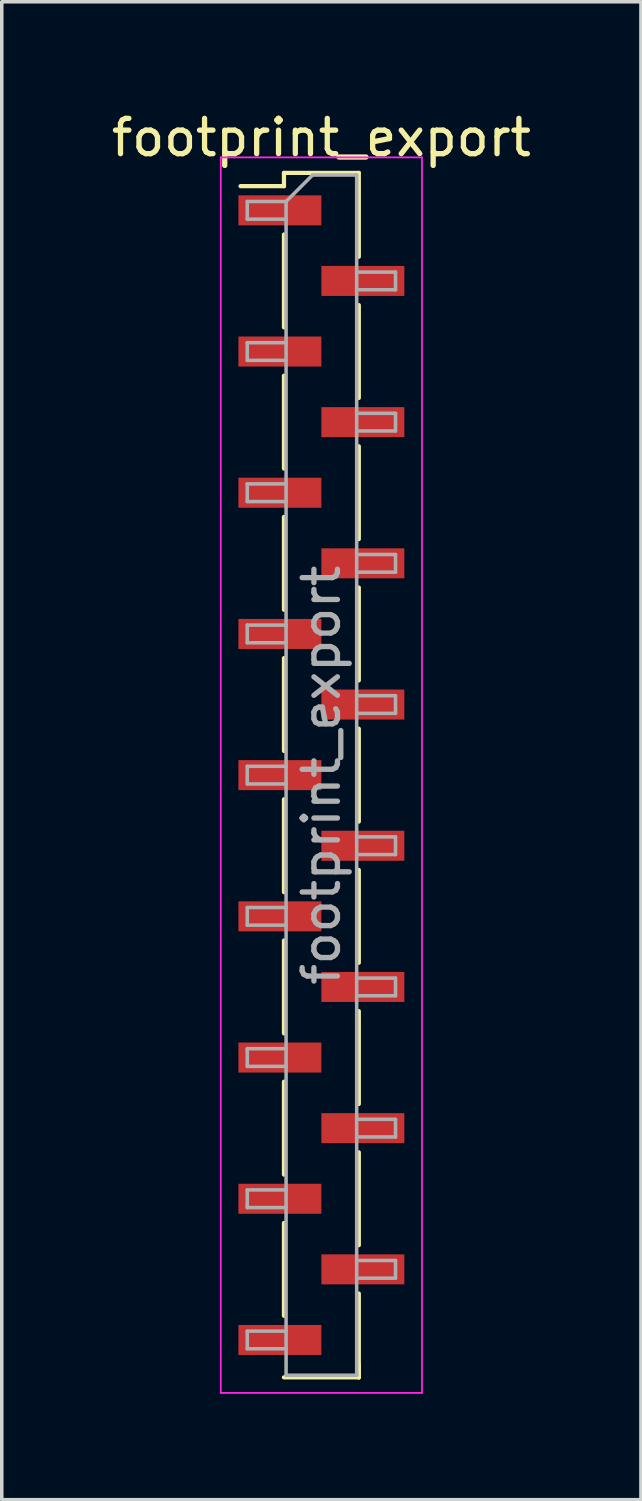
<source format=kicad_pcb>
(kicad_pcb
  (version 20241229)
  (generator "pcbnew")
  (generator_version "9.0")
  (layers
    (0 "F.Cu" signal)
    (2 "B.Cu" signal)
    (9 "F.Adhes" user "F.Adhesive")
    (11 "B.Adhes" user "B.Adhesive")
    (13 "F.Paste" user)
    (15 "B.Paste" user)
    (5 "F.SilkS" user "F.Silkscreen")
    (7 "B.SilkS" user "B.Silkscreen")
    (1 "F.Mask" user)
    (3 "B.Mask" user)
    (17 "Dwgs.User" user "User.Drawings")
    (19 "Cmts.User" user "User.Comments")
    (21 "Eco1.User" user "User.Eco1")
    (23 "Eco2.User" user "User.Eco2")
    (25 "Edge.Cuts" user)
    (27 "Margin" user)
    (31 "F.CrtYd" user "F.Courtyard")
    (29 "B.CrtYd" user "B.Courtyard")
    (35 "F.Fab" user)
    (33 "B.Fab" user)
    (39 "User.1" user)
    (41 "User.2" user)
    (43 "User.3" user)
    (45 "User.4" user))
  (footprint "footprint_export"
    (layer "F.Cu")
    (at 6.054 18.908)
    (property "Reference" "footprint_export" (at 0 -18.06 0) (layer "F.SilkS") (effects (font (size 1 1) (thickness 0.15))))
    (attr smd)
    (fp_line (start -1.06 -17.06) (end -1.06 -16.685) (stroke (width 0.12) (type solid)) (layer "F.SilkS"))
    (fp_line (start -1.06 -17.06) (end 1.06 -17.06) (stroke (width 0.12) (type solid)) (layer "F.SilkS"))
    (fp_line (start -1.06 -16.685) (end -2.29 -16.685) (stroke (width 0.12) (type solid)) (layer "F.SilkS"))
    (fp_line (start -1.06 -15.315) (end -1.06 -12.685) (stroke (width 0.12) (type solid)) (layer "F.SilkS"))
    (fp_line (start -1.06 -11.315) (end -1.06 -8.685) (stroke (width 0.12) (type solid)) (layer "F.SilkS"))
    (fp_line (start -1.06 -7.315) (end -1.06 -4.685) (stroke (width 0.12) (type solid)) (layer "F.SilkS"))
    (fp_line (start -1.06 -3.315) (end -1.06 -0.685) (stroke (width 0.12) (type solid)) (layer "F.SilkS"))
    (fp_line (start -1.06 0.685) (end -1.06 3.315) (stroke (width 0.12) (type solid)) (layer "F.SilkS"))
    (fp_line (start -1.06 4.685) (end -1.06 7.315) (stroke (width 0.12) (type solid)) (layer "F.SilkS"))
    (fp_line (start -1.06 8.685) (end -1.06 11.315) (stroke (width 0.12) (type solid)) (layer "F.SilkS"))
    (fp_line (start -1.06 12.685) (end -1.06 15.315) (stroke (width 0.12) (type solid)) (layer "F.SilkS"))
    (fp_line (start -1.06 17.06) (end 1.06 17.06) (stroke (width 0.12) (type solid)) (layer "F.SilkS"))
    (fp_line (start 1.06 -17.06) (end 1.06 -14.685) (stroke (width 0.12) (type solid)) (layer "F.SilkS"))
    (fp_line (start 1.06 -13.315) (end 1.06 -10.685) (stroke (width 0.12) (type solid)) (layer "F.SilkS"))
    (fp_line (start 1.06 -9.315) (end 1.06 -6.685) (stroke (width 0.12) (type solid)) (layer "F.SilkS"))
    (fp_line (start 1.06 -5.315) (end 1.06 -2.685) (stroke (width 0.12) (type solid)) (layer "F.SilkS"))
    (fp_line (start 1.06 -1.315) (end 1.06 1.315) (stroke (width 0.12) (type solid)) (layer "F.SilkS"))
    (fp_line (start 1.06 2.685) (end 1.06 5.315) (stroke (width 0.12) (type solid)) (layer "F.SilkS"))
    (fp_line (start 1.06 6.685) (end 1.06 9.315) (stroke (width 0.12) (type solid)) (layer "F.SilkS"))
    (fp_line (start 1.06 10.685) (end 1.06 13.315) (stroke (width 0.12) (type solid)) (layer "F.SilkS"))
    (fp_line (start 1.06 14.685) (end 1.06 17.06) (stroke (width 0.12) (type solid)) (layer "F.SilkS"))
    (fp_line (start 1.06 16.685) (end 1.06 17.06) (stroke (width 0.12) (type solid)) (layer "F.SilkS"))
    (fp_line (start -2.85 -17.5) (end -2.85 17.5) (stroke (width 0.05) (type solid)) (layer "F.CrtYd"))
    (fp_line (start -2.85 17.5) (end 2.85 17.5) (stroke (width 0.05) (type solid)) (layer "F.CrtYd"))
    (fp_line (start 2.85 -17.5) (end -2.85 -17.5) (stroke (width 0.05) (type solid)) (layer "F.CrtYd"))
    (fp_line (start 2.85 17.5) (end 2.85 -17.5) (stroke (width 0.05) (type solid)) (layer "F.CrtYd"))
    (fp_line (start -2.1 -16.25) (end -2.1 -15.75) (stroke (width 0.1) (type solid)) (layer "F.Fab"))
    (fp_line (start -2.1 -15.75) (end -1 -15.75) (stroke (width 0.1) (type solid)) (layer "F.Fab"))
    (fp_line (start -2.1 -12.25) (end -2.1 -11.75) (stroke (width 0.1) (type solid)) (layer "F.Fab"))
    (fp_line (start -2.1 -11.75) (end -1 -11.75) (stroke (width 0.1) (type solid)) (layer "F.Fab"))
    (fp_line (start -2.1 -8.25) (end -2.1 -7.75) (stroke (width 0.1) (type solid)) (layer "F.Fab"))
    (fp_line (start -2.1 -7.75) (end -1 -7.75) (stroke (width 0.1) (type solid)) (layer "F.Fab"))
    (fp_line (start -2.1 -4.25) (end -2.1 -3.75) (stroke (width 0.1) (type solid)) (layer "F.Fab"))
    (fp_line (start -2.1 -3.75) (end -1 -3.75) (stroke (width 0.1) (type solid)) (layer "F.Fab"))
    (fp_line (start -2.1 -0.25) (end -2.1 0.25) (stroke (width 0.1) (type solid)) (layer "F.Fab"))
    (fp_line (start -2.1 0.25) (end -1 0.25) (stroke (width 0.1) (type solid)) (layer "F.Fab"))
    (fp_line (start -2.1 3.75) (end -2.1 4.25) (stroke (width 0.1) (type solid)) (layer "F.Fab"))
    (fp_line (start -2.1 4.25) (end -1 4.25) (stroke (width 0.1) (type solid)) (layer "F.Fab"))
    (fp_line (start -2.1 7.75) (end -2.1 8.25) (stroke (width 0.1) (type solid)) (layer "F.Fab"))
    (fp_line (start -2.1 8.25) (end -1 8.25) (stroke (width 0.1) (type solid)) (layer "F.Fab"))
    (fp_line (start -2.1 11.75) (end -2.1 12.25) (stroke (width 0.1) (type solid)) (layer "F.Fab"))
    (fp_line (start -2.1 12.25) (end -1 12.25) (stroke (width 0.1) (type solid)) (layer "F.Fab"))
    (fp_line (start -2.1 15.75) (end -2.1 16.25) (stroke (width 0.1) (type solid)) (layer "F.Fab"))
    (fp_line (start -2.1 16.25) (end -1 16.25) (stroke (width 0.1) (type solid)) (layer "F.Fab"))
    (fp_line (start -1 -16.25) (end -2.1 -16.25) (stroke (width 0.1) (type solid)) (layer "F.Fab"))
    (fp_line (start -1 -16.25) (end -0.25 -17) (stroke (width 0.1) (type solid)) (layer "F.Fab"))
    (fp_line (start -1 -12.25) (end -2.1 -12.25) (stroke (width 0.1) (type solid)) (layer "F.Fab"))
    (fp_line (start -1 -8.25) (end -2.1 -8.25) (stroke (width 0.1) (type solid)) (layer "F.Fab"))
    (fp_line (start -1 -4.25) (end -2.1 -4.25) (stroke (width 0.1) (type solid)) (layer "F.Fab"))
    (fp_line (start -1 -0.25) (end -2.1 -0.25) (stroke (width 0.1) (type solid)) (layer "F.Fab"))
    (fp_line (start -1 3.75) (end -2.1 3.75) (stroke (width 0.1) (type solid)) (layer "F.Fab"))
    (fp_line (start -1 7.75) (end -2.1 7.75) (stroke (width 0.1) (type solid)) (layer "F.Fab"))
    (fp_line (start -1 11.75) (end -2.1 11.75) (stroke (width 0.1) (type solid)) (layer "F.Fab"))
    (fp_line (start -1 15.75) (end -2.1 15.75) (stroke (width 0.1) (type solid)) (layer "F.Fab"))
    (fp_line (start -1 17) (end -1 -16.25) (stroke (width 0.1) (type solid)) (layer "F.Fab"))
    (fp_line (start -0.25 -17) (end 1 -17) (stroke (width 0.1) (type solid)) (layer "F.Fab"))
    (fp_line (start 1 -17) (end 1 17) (stroke (width 0.1) (type solid)) (layer "F.Fab"))
    (fp_line (start 1 -14.25) (end 2.1 -14.25) (stroke (width 0.1) (type solid)) (layer "F.Fab"))
    (fp_line (start 1 -10.25) (end 2.1 -10.25) (stroke (width 0.1) (type solid)) (layer "F.Fab"))
    (fp_line (start 1 -6.25) (end 2.1 -6.25) (stroke (width 0.1) (type solid)) (layer "F.Fab"))
    (fp_line (start 1 -2.25) (end 2.1 -2.25) (stroke (width 0.1) (type solid)) (layer "F.Fab"))
    (fp_line (start 1 1.75) (end 2.1 1.75) (stroke (width 0.1) (type solid)) (layer "F.Fab"))
    (fp_line (start 1 5.75) (end 2.1 5.75) (stroke (width 0.1) (type solid)) (layer "F.Fab"))
    (fp_line (start 1 9.75) (end 2.1 9.75) (stroke (width 0.1) (type solid)) (layer "F.Fab"))
    (fp_line (start 1 13.75) (end 2.1 13.75) (stroke (width 0.1) (type solid)) (layer "F.Fab"))
    (fp_line (start 1 17) (end -1 17) (stroke (width 0.1) (type solid)) (layer "F.Fab"))
    (fp_line (start 2.1 -14.25) (end 2.1 -13.75) (stroke (width 0.1) (type solid)) (layer "F.Fab"))
    (fp_line (start 2.1 -13.75) (end 1 -13.75) (stroke (width 0.1) (type solid)) (layer "F.Fab"))
    (fp_line (start 2.1 -10.25) (end 2.1 -9.75) (stroke (width 0.1) (type solid)) (layer "F.Fab"))
    (fp_line (start 2.1 -9.75) (end 1 -9.75) (stroke (width 0.1) (type solid)) (layer "F.Fab"))
    (fp_line (start 2.1 -6.25) (end 2.1 -5.75) (stroke (width 0.1) (type solid)) (layer "F.Fab"))
    (fp_line (start 2.1 -5.75) (end 1 -5.75) (stroke (width 0.1) (type solid)) (layer "F.Fab"))
    (fp_line (start 2.1 -2.25) (end 2.1 -1.75) (stroke (width 0.1) (type solid)) (layer "F.Fab"))
    (fp_line (start 2.1 -1.75) (end 1 -1.75) (stroke (width 0.1) (type solid)) (layer "F.Fab"))
    (fp_line (start 2.1 1.75) (end 2.1 2.25) (stroke (width 0.1) (type solid)) (layer "F.Fab"))
    (fp_line (start 2.1 2.25) (end 1 2.25) (stroke (width 0.1) (type solid)) (layer "F.Fab"))
    (fp_line (start 2.1 5.75) (end 2.1 6.25) (stroke (width 0.1) (type solid)) (layer "F.Fab"))
    (fp_line (start 2.1 6.25) (end 1 6.25) (stroke (width 0.1) (type solid)) (layer "F.Fab"))
    (fp_line (start 2.1 9.75) (end 2.1 10.25) (stroke (width 0.1) (type solid)) (layer "F.Fab"))
    (fp_line (start 2.1 10.25) (end 1 10.25) (stroke (width 0.1) (type solid)) (layer "F.Fab"))
    (fp_line (start 2.1 13.75) (end 2.1 14.25) (stroke (width 0.1) (type solid)) (layer "F.Fab"))
    (fp_line (start 2.1 14.25) (end 1 14.25) (stroke (width 0.1) (type solid)) (layer "F.Fab"))
    (fp_text user "${REFERENCE}" (at 0 0 90) (layer "F.Fab") (effects (font (size 1 1) (thickness 0.15))))
    (pad "1" smd rect (at -1.175 -16) (size 2.35 0.85) (layers "F.Cu" "F.Mask" "F.Paste"))
    (pad "2" smd rect (at 1.175 -14) (size 2.35 0.85) (layers "F.Cu" "F.Mask" "F.Paste"))
    (pad "3" smd rect (at -1.175 -12) (size 2.35 0.85) (layers "F.Cu" "F.Mask" "F.Paste"))
    (pad "4" smd rect (at 1.175 -10) (size 2.35 0.85) (layers "F.Cu" "F.Mask" "F.Paste"))
    (pad "5" smd rect (at -1.175 -8) (size 2.35 0.85) (layers "F.Cu" "F.Mask" "F.Paste"))
    (pad "6" smd rect (at 1.175 -6) (size 2.35 0.85) (layers "F.Cu" "F.Mask" "F.Paste"))
    (pad "7" smd rect (at -1.175 -4) (size 2.35 0.85) (layers "F.Cu" "F.Mask" "F.Paste"))
    (pad "8" smd rect (at 1.175 -2) (size 2.35 0.85) (layers "F.Cu" "F.Mask" "F.Paste"))
    (pad "9" smd rect (at -1.175 0) (size 2.35 0.85) (layers "F.Cu" "F.Mask" "F.Paste"))
    (pad "10" smd rect (at 1.175 2) (size 2.35 0.85) (layers "F.Cu" "F.Mask" "F.Paste"))
    (pad "11" smd rect (at -1.175 4) (size 2.35 0.85) (layers "F.Cu" "F.Mask" "F.Paste"))
    (pad "12" smd rect (at 1.175 6) (size 2.35 0.85) (layers "F.Cu" "F.Mask" "F.Paste"))
    (pad "13" smd rect (at -1.175 8) (size 2.35 0.85) (layers "F.Cu" "F.Mask" "F.Paste"))
    (pad "14" smd rect (at 1.175 10) (size 2.35 0.85) (layers "F.Cu" "F.Mask" "F.Paste"))
    (pad "15" smd rect (at -1.175 12) (size 2.35 0.85) (layers "F.Cu" "F.Mask" "F.Paste"))
    (pad "16" smd rect (at 1.175 14) (size 2.35 0.85) (layers "F.Cu" "F.Mask" "F.Paste"))
    (pad "17" smd rect (at -1.175 16) (size 2.35 0.85) (layers "F.Cu" "F.Mask" "F.Paste")))
  (gr_rect
    (start -3 -3)
    (end 15.107 39.433)
    (stroke (width 0.1) (type default))
    (fill no)
    (layer "Edge.Cuts")))
</source>
